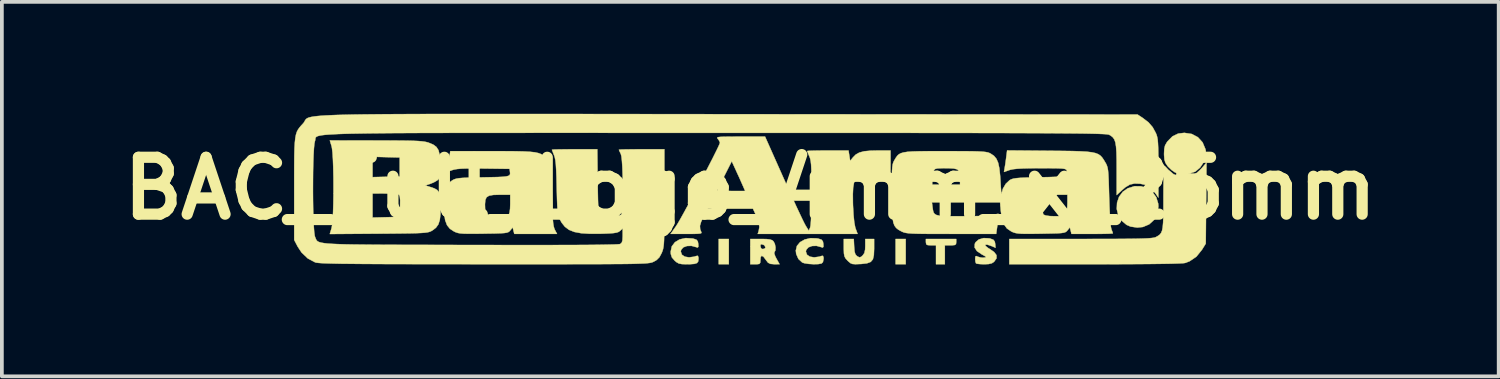
<source format=kicad_pcb>
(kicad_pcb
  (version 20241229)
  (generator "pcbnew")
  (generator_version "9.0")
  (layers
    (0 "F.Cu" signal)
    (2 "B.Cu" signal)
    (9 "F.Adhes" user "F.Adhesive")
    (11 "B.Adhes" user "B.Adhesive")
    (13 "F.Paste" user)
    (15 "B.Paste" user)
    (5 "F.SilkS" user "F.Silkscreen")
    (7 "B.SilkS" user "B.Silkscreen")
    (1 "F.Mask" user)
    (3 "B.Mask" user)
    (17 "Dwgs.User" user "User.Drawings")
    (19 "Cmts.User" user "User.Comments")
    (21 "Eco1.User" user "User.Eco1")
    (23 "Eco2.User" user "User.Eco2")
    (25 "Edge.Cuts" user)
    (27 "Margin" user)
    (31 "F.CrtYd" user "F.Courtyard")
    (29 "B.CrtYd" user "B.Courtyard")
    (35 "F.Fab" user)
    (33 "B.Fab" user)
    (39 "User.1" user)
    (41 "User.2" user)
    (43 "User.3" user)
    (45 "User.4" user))
  (footprint "BAC_Full_Logo_4mm_x_25mm"
    (layer "F.Cu")
    (at 17.062 2.001)
    (property "Reference" "BAC_Full_Logo_4mm_x_25mm" (at 0 0 0) (layer "F.SilkS") (effects (font (size 1.524 1.524) (thickness 0.3))))
    (attr through_hole)
    (fp_poly (pts (xy -0.576 2.032) (xy -0.847 2.032) (xy -0.847 1.355) (xy -0.576 1.355) (xy -0.576 2.032)) (stroke (width 0.01) (type solid)) (fill yes) (layer "F.SilkS"))
    (fp_poly (pts (xy 4.166 2.032) (xy 3.895 2.032) (xy 3.895 1.355) (xy 4.166 1.355) (xy 4.166 2.032)) (stroke (width 0.01) (type solid)) (fill yes) (layer "F.SilkS"))
    (fp_poly (pts (xy 5.52 1.439) (xy 5.514 1.492) (xy 5.483 1.516) (xy 5.409 1.524) (xy 5.368 1.524) (xy 5.215 1.524) (xy 5.215 2.032) (xy 4.978 2.032) (xy 4.978 1.524) (xy 4.843 1.524) (xy 4.756 1.519) (xy 4.717 1.498) (xy 4.708 1.447) (xy 4.707 1.439) (xy 4.707 1.355) (xy 5.52 1.355) (xy 5.52 1.439)) (stroke (width 0.01) (type solid)) (fill yes) (layer "F.SilkS"))
    (fp_poly (pts (xy 10.479 -0.057) (xy 10.642 -0.003) (xy 10.78 0.097) (xy 10.881 0.235) (xy 10.934 0.406) (xy 10.939 0.483) (xy 10.909 0.679) (xy 10.825 0.841) (xy 10.694 0.961) (xy 10.525 1.033) (xy 10.376 1.049) (xy 10.195 1.023) (xy 10.087 0.977) (xy 9.951 0.863) (xy 9.863 0.717) (xy 9.823 0.552) (xy 9.831 0.383) (xy 9.885 0.224) (xy 9.986 0.088) (xy 10.118 -0.004) (xy 10.3 -0.06) (xy 10.479 -0.057)) (stroke (width 0.01) (type solid)) (fill yes) (layer "F.SilkS"))
    (fp_poly (pts (xy 11.833 -1.46) (xy 11.998 -1.373) (xy 12.123 -1.236) (xy 12.2 -1.054) (xy 12.21 -1.007) (xy 12.207 -0.856) (xy 12.152 -0.7) (xy 12.058 -0.56) (xy 11.935 -0.456) (xy 11.909 -0.443) (xy 11.721 -0.384) (xy 11.532 -0.383) (xy 11.385 -0.429) (xy 11.291 -0.494) (xy 11.199 -0.583) (xy 11.182 -0.604) (xy 11.128 -0.687) (xy 11.101 -0.773) (xy 11.092 -0.891) (xy 11.091 -0.931) (xy 11.097 -1.061) (xy 11.118 -1.152) (xy 11.164 -1.234) (xy 11.186 -1.264) (xy 11.318 -1.397) (xy 11.469 -1.47) (xy 11.635 -1.49) (xy 11.833 -1.46)) (stroke (width 0.01) (type solid)) (fill yes) (layer "F.SilkS"))
    (fp_poly (pts (xy 2.784 1.562) (xy 2.794 1.686) (xy 2.815 1.762) (xy 2.853 1.808) (xy 2.868 1.819) (xy 2.926 1.848) (xy 2.973 1.832) (xy 3.012 1.797) (xy 3.057 1.733) (xy 3.078 1.641) (xy 3.082 1.541) (xy 3.082 1.355) (xy 3.319 1.355) (xy 3.319 1.62) (xy 3.312 1.788) (xy 3.286 1.9) (xy 3.228 1.969) (xy 3.127 2.007) (xy 2.974 2.025) (xy 2.945 2.026) (xy 2.819 2.031) (xy 2.739 2.025) (xy 2.683 2.002) (xy 2.628 1.955) (xy 2.609 1.937) (xy 2.554 1.877) (xy 2.524 1.819) (xy 2.51 1.741) (xy 2.506 1.62) (xy 2.506 1.594) (xy 2.506 1.355) (xy 2.774 1.355) (xy 2.784 1.562)) (stroke (width 0.01) (type solid)) (fill yes) (layer "F.SilkS"))
    (fp_poly (pts (xy 1.786 1.339) (xy 1.829 1.347) (xy 1.911 1.375) (xy 1.947 1.422) (xy 1.958 1.487) (xy 1.961 1.562) (xy 1.943 1.585) (xy 1.907 1.575) (xy 1.776 1.539) (xy 1.654 1.543) (xy 1.556 1.58) (xy 1.499 1.647) (xy 1.49 1.693) (xy 1.519 1.776) (xy 1.597 1.829) (xy 1.711 1.848) (xy 1.846 1.83) (xy 1.905 1.811) (xy 1.947 1.806) (xy 1.963 1.849) (xy 1.964 1.889) (xy 1.947 1.975) (xy 1.911 2.011) (xy 1.823 2.028) (xy 1.699 2.031) (xy 1.566 2.023) (xy 1.451 2.005) (xy 1.392 1.985) (xy 1.289 1.89) (xy 1.23 1.755) (xy 1.22 1.665) (xy 1.25 1.541) (xy 1.333 1.441) (xy 1.458 1.369) (xy 1.613 1.333) (xy 1.786 1.339)) (stroke (width 0.01) (type solid)) (fill yes) (layer "F.SilkS"))
    (fp_poly (pts (xy -1.549 1.342) (xy -1.524 1.347) (xy -1.442 1.375) (xy -1.406 1.422) (xy -1.395 1.487) (xy -1.392 1.562) (xy -1.41 1.585) (xy -1.445 1.575) (xy -1.577 1.539) (xy -1.699 1.543) (xy -1.797 1.58) (xy -1.854 1.647) (xy -1.863 1.693) (xy -1.834 1.776) (xy -1.756 1.829) (xy -1.642 1.848) (xy -1.507 1.83) (xy -1.448 1.811) (xy -1.406 1.806) (xy -1.39 1.849) (xy -1.389 1.889) (xy -1.396 1.956) (xy -1.428 1.999) (xy -1.497 2.022) (xy -1.613 2.031) (xy -1.709 2.032) (xy -1.834 2.028) (xy -1.916 2.012) (xy -1.981 1.975) (xy -2.028 1.934) (xy -2.101 1.85) (xy -2.13 1.76) (xy -2.134 1.694) (xy -2.104 1.553) (xy -2.02 1.442) (xy -1.893 1.366) (xy -1.733 1.331) (xy -1.549 1.342)) (stroke (width 0.01) (type solid)) (fill yes) (layer "F.SilkS"))
    (fp_poly (pts (xy 0.43 1.357) (xy 0.526 1.368) (xy 0.586 1.388) (xy 0.621 1.417) (xy 0.658 1.487) (xy 0.676 1.578) (xy 0.672 1.662) (xy 0.646 1.709) (xy 0.643 1.746) (xy 0.67 1.822) (xy 0.7 1.88) (xy 0.785 2.032) (xy 0.638 2.031) (xy 0.538 2.022) (xy 0.475 1.99) (xy 0.423 1.923) (xy 0.355 1.832) (xy 0.306 1.804) (xy 0.278 1.84) (xy 0.271 1.911) (xy 0.267 1.988) (xy 0.242 2.023) (xy 0.177 2.032) (xy 0.135 2.032) (xy 0 2.032) (xy 0 1.558) (xy 0.271 1.558) (xy 0.295 1.614) (xy 0.339 1.626) (xy 0.394 1.606) (xy 0.406 1.578) (xy 0.379 1.527) (xy 0.353 1.511) (xy 0.293 1.493) (xy 0.273 1.515) (xy 0.271 1.558) (xy 0 1.558) (xy 0 1.355) (xy 0.283 1.355) (xy 0.43 1.357)) (stroke (width 0.01) (type solid)) (fill yes) (layer "F.SilkS"))
    (fp_poly (pts (xy 6.405 1.338) (xy 6.437 1.346) (xy 6.518 1.377) (xy 6.554 1.428) (xy 6.564 1.483) (xy 6.574 1.59) (xy 6.452 1.539) (xy 6.35 1.506) (xy 6.3 1.51) (xy 6.307 1.542) (xy 6.375 1.597) (xy 6.406 1.615) (xy 6.535 1.704) (xy 6.599 1.788) (xy 6.6 1.873) (xy 6.538 1.962) (xy 6.536 1.964) (xy 6.475 2.006) (xy 6.387 2.027) (xy 6.271 2.032) (xy 6.161 2.028) (xy 6.08 2.019) (xy 6.051 2.009) (xy 6.034 1.962) (xy 6.028 1.89) (xy 6.034 1.824) (xy 6.06 1.812) (xy 6.098 1.83) (xy 6.185 1.854) (xy 6.259 1.856) (xy 6.309 1.847) (xy 6.315 1.833) (xy 6.27 1.803) (xy 6.205 1.768) (xy 6.075 1.679) (xy 6.013 1.584) (xy 6.018 1.486) (xy 6.04 1.442) (xy 6.127 1.367) (xy 6.255 1.331) (xy 6.405 1.338)) (stroke (width 0.01) (type solid)) (fill yes) (layer "F.SilkS"))
    (fp_poly (pts (xy 12.219 0.392) (xy 12.209 1.479) (xy 12.106 1.645) (xy 11.958 1.828) (xy 11.776 1.952) (xy 11.654 1.998) (xy 11.594 2.005) (xy 11.469 2.011) (xy 11.282 2.017) (xy 11.036 2.021) (xy 10.734 2.025) (xy 10.379 2.028) (xy 9.974 2.03) (xy 9.521 2.032) (xy 9.237 2.032) (xy 6.943 2.032) (xy 6.943 1.355) (xy 8.858 1.355) (xy 9.275 1.354) (xy 9.63 1.354) (xy 9.927 1.352) (xy 10.173 1.35) (xy 10.371 1.347) (xy 10.529 1.343) (xy 10.649 1.338) (xy 10.739 1.331) (xy 10.803 1.323) (xy 10.846 1.314) (xy 10.871 1.304) (xy 10.93 1.271) (xy 10.977 1.237) (xy 11.012 1.192) (xy 11.038 1.129) (xy 11.055 1.04) (xy 11.066 0.916) (xy 11.072 0.749) (xy 11.074 0.531) (xy 11.074 0.253) (xy 11.074 0.246) (xy 11.075 0.014) (xy 11.077 -0.195) (xy 11.08 -0.371) (xy 11.084 -0.504) (xy 11.089 -0.587) (xy 11.094 -0.61) (xy 11.125 -0.586) (xy 11.181 -0.527) (xy 11.202 -0.503) (xy 11.345 -0.383) (xy 11.517 -0.318) (xy 11.704 -0.309) (xy 11.865 -0.351) (xy 11.951 -0.404) (xy 12.048 -0.488) (xy 12.103 -0.546) (xy 12.229 -0.694) (xy 12.219 0.392)) (stroke (width 0.01) (type solid)) (fill yes) (layer "F.SilkS"))
    (fp_poly (pts (xy -10.03 -1.285) (xy -9.699 -1.285) (xy -9.429 -1.283) (xy -9.211 -1.281) (xy -9.04 -1.277) (xy -8.907 -1.271) (xy -8.806 -1.263) (xy -8.729 -1.253) (xy -8.668 -1.24) (xy -8.622 -1.226) (xy -8.499 -1.175) (xy -8.413 -1.111) (xy -8.358 -1.024) (xy -8.327 -0.9) (xy -8.315 -0.727) (xy -8.314 -0.625) (xy -8.315 -0.466) (xy -8.32 -0.36) (xy -8.331 -0.294) (xy -8.352 -0.252) (xy -8.385 -0.221) (xy -8.397 -0.212) (xy -8.49 -0.159) (xy -8.596 -0.117) (xy -8.712 -0.081) (xy -8.581 -0.04) (xy -8.471 -0.002) (xy -8.396 0.039) (xy -8.349 0.098) (xy -8.322 0.186) (xy -8.31 0.318) (xy -8.304 0.467) (xy -8.305 0.683) (xy -8.323 0.844) (xy -8.362 0.964) (xy -8.427 1.054) (xy -8.522 1.126) (xy -8.534 1.133) (xy -8.567 1.151) (xy -8.605 1.165) (xy -8.654 1.177) (xy -8.721 1.186) (xy -8.812 1.193) (xy -8.936 1.199) (xy -9.099 1.203) (xy -9.307 1.206) (xy -9.568 1.209) (xy -9.888 1.212) (xy -9.962 1.212) (xy -11.272 1.222) (xy -11.224 1.063) (xy -11.208 0.972) (xy -11.195 0.825) (xy -11.192 0.781) (xy -10.126 0.781) (xy -9.762 0.772) (xy -9.398 0.762) (xy -9.388 0.477) (xy -9.386 0.319) (xy -9.395 0.22) (xy -9.415 0.17) (xy -9.422 0.164) (xy -9.473 0.152) (xy -9.575 0.143) (xy -9.71 0.137) (xy -9.796 0.136) (xy -10.126 0.135) (xy -10.126 0.781) (xy -11.192 0.781) (xy -11.184 0.634) (xy -11.177 0.411) (xy -11.173 0.166) (xy -11.173 -0.087) (xy -11.174 -0.303) (xy -10.126 -0.303) (xy -9.762 -0.312) (xy -9.398 -0.322) (xy -9.398 -0.83) (xy -9.762 -0.839) (xy -10.126 -0.849) (xy -10.126 -0.303) (xy -11.174 -0.303) (xy -11.175 -0.338) (xy -11.18 -0.575) (xy -11.188 -0.786) (xy -11.199 -0.96) (xy -11.214 -1.084) (xy -11.223 -1.129) (xy -11.271 -1.287) (xy -10.03 -1.285)) (stroke (width 0.01) (type solid)) (fill yes) (layer "F.SilkS"))
    (fp_poly (pts (xy -6.573 -0.999) (xy -6.301 -0.997) (xy -6.083 -0.992) (xy -5.911 -0.983) (xy -5.778 -0.969) (xy -5.678 -0.947) (xy -5.602 -0.918) (xy -5.545 -0.878) (xy -5.498 -0.827) (xy -5.456 -0.764) (xy -5.424 -0.711) (xy -5.395 -0.661) (xy -5.373 -0.612) (xy -5.357 -0.557) (xy -5.344 -0.484) (xy -5.335 -0.384) (xy -5.329 -0.248) (xy -5.323 -0.065) (xy -5.317 0.174) (xy -5.316 0.22) (xy -5.309 0.48) (xy -5.302 0.681) (xy -5.293 0.832) (xy -5.283 0.943) (xy -5.269 1.022) (xy -5.252 1.079) (xy -5.239 1.109) (xy -5.18 1.219) (xy -6.326 1.219) (xy -6.348 1.132) (xy -6.369 1.045) (xy -6.433 1.124) (xy -6.457 1.151) (xy -6.486 1.171) (xy -6.53 1.186) (xy -6.599 1.196) (xy -6.702 1.202) (xy -6.849 1.207) (xy -7.05 1.21) (xy -7.151 1.212) (xy -7.381 1.215) (xy -7.553 1.215) (xy -7.68 1.212) (xy -7.772 1.205) (xy -7.84 1.193) (xy -7.895 1.175) (xy -7.946 1.151) (xy -8.053 1.08) (xy -8.129 0.985) (xy -8.179 0.854) (xy -8.205 0.679) (xy -8.213 0.457) (xy -8.212 0.445) (xy -7.112 0.445) (xy -7.107 0.582) (xy -7.083 0.67) (xy -7.028 0.719) (xy -6.929 0.74) (xy -6.779 0.745) (xy -6.631 0.74) (xy -6.524 0.725) (xy -6.475 0.704) (xy -6.453 0.648) (xy -6.439 0.54) (xy -6.435 0.417) (xy -6.435 0.169) (xy -6.72 0.169) (xy -6.889 0.174) (xy -7.001 0.194) (xy -7.069 0.236) (xy -7.102 0.308) (xy -7.112 0.419) (xy -7.112 0.445) (xy -8.212 0.445) (xy -8.203 0.225) (xy -8.174 0.048) (xy -8.12 -0.084) (xy -8.038 -0.18) (xy -7.983 -0.22) (xy -7.938 -0.243) (xy -7.884 -0.261) (xy -7.81 -0.274) (xy -7.707 -0.283) (xy -7.563 -0.289) (xy -7.367 -0.294) (xy -7.231 -0.296) (xy -6.977 -0.301) (xy -6.784 -0.305) (xy -6.642 -0.312) (xy -6.545 -0.322) (xy -6.484 -0.337) (xy -6.452 -0.358) (xy -6.439 -0.386) (xy -6.44 -0.423) (xy -6.441 -0.433) (xy -6.452 -0.525) (xy -7.145 -0.534) (xy -7.401 -0.536) (xy -7.599 -0.535) (xy -7.75 -0.53) (xy -7.861 -0.52) (xy -7.943 -0.505) (xy -7.984 -0.493) (xy -8.13 -0.444) (xy -8.11 -0.552) (xy -8.093 -0.653) (xy -8.074 -0.779) (xy -8.066 -0.83) (xy -8.042 -0.999) (xy -6.906 -0.999) (xy -6.573 -0.999)) (stroke (width 0.01) (type solid)) (fill yes) (layer "F.SilkS"))
    (fp_poly (pts (xy 0.898 -0.262) (xy 1.016 0.002) (xy 1.129 0.251) (xy 1.233 0.479) (xy 1.325 0.675) (xy 1.4 0.833) (xy 1.455 0.944) (xy 1.484 0.998) (xy 1.568 1.132) (xy 1.604 1.049) (xy 1.616 0.986) (xy 1.626 0.861) (xy 1.634 0.679) (xy 1.639 0.447) (xy 1.641 0.169) (xy 1.642 0.119) (xy 1.641 -0.15) (xy 1.64 -0.36) (xy 1.636 -0.52) (xy 1.63 -0.639) (xy 1.62 -0.727) (xy 1.607 -0.792) (xy 1.59 -0.844) (xy 1.583 -0.859) (xy 1.547 -0.943) (xy 1.526 -0.996) (xy 1.524 -1.003) (xy 1.556 -1.007) (xy 1.645 -1.011) (xy 1.778 -1.014) (xy 1.946 -1.016) (xy 2.078 -1.016) (xy 2.633 -1.016) (xy 2.655 -0.877) (xy 2.677 -0.738) (xy 2.75 -0.83) (xy 2.827 -0.908) (xy 2.924 -0.962) (xy 3.053 -0.996) (xy 3.227 -1.012) (xy 3.403 -1.016) (xy 3.759 -1.016) (xy 3.759 -0.64) (xy 3.758 -0.476) (xy 3.755 -0.37) (xy 3.746 -0.309) (xy 3.732 -0.285) (xy 3.708 -0.285) (xy 3.7 -0.288) (xy 3.511 -0.343) (xy 3.299 -0.368) (xy 3.094 -0.36) (xy 2.947 -0.328) (xy 2.872 -0.292) (xy 2.817 -0.234) (xy 2.779 -0.147) (xy 2.757 -0.022) (xy 2.749 0.151) (xy 2.751 0.379) (xy 2.753 0.457) (xy 2.767 0.708) (xy 2.787 0.906) (xy 2.813 1.044) (xy 2.823 1.075) (xy 2.876 1.219) (xy 0.199 1.219) (xy 0.224 1.143) (xy 0.243 1.034) (xy 0.226 0.913) (xy 0.171 0.761) (xy 0.154 0.723) (xy 0.071 0.542) (xy -0.532 0.542) (xy -1.135 0.543) (xy -1.245 0.743) (xy -1.317 0.891) (xy -1.35 1.002) (xy -1.344 1.093) (xy -1.32 1.154) (xy -1.308 1.181) (xy -1.315 1.199) (xy -1.35 1.21) (xy -1.424 1.216) (xy -1.546 1.219) (xy -1.711 1.219) (xy -2.137 1.219) (xy -1.988 1.008) (xy -1.942 0.935) (xy -1.873 0.816) (xy -1.785 0.658) (xy -1.683 0.471) (xy -1.57 0.262) (xy -1.457 0.05) (xy -0.881 0.05) (xy -0.849 0.057) (xy -0.763 0.063) (xy -0.637 0.067) (xy -0.509 0.068) (xy -0.138 0.068) (xy -0.201 -0.076) (xy -0.246 -0.178) (xy -0.307 -0.315) (xy -0.373 -0.457) (xy -0.38 -0.474) (xy -0.497 -0.728) (xy -0.689 -0.348) (xy -0.762 -0.202) (xy -0.822 -0.079) (xy -0.863 0.008) (xy -0.88 0.049) (xy -0.881 0.05) (xy -1.457 0.05) (xy -1.451 0.039) (xy -1.33 -0.189) (xy -1.213 -0.413) (xy -1.103 -0.627) (xy -1.004 -0.82) (xy -0.922 -0.985) (xy -0.859 -1.114) (xy -0.822 -1.197) (xy -0.813 -1.226) (xy -0.834 -1.279) (xy -0.869 -1.327) (xy -0.885 -1.348) (xy -0.886 -1.364) (xy -0.861 -1.375) (xy -0.805 -1.382) (xy -0.708 -1.386) (xy -0.563 -1.388) (xy -0.361 -1.389) (xy -0.265 -1.389) (xy 0.396 -1.389) (xy 0.898 -0.262)) (stroke (width 0.01) (type solid)) (fill yes) (layer "F.SilkS"))
    (fp_poly (pts (xy 8.023 -1.009) (xy 8.356 -1.006) (xy 8.628 -1.002) (xy 8.848 -0.995) (xy 9.02 -0.985) (xy 9.153 -0.969) (xy 9.254 -0.947) (xy 9.33 -0.917) (xy 9.387 -0.878) (xy 9.434 -0.827) (xy 9.476 -0.765) (xy 9.507 -0.713) (xy 9.537 -0.662) (xy 9.559 -0.613) (xy 9.576 -0.558) (xy 9.589 -0.485) (xy 9.598 -0.386) (xy 9.605 -0.25) (xy 9.611 -0.068) (xy 9.618 0.171) (xy 9.619 0.22) (xy 9.628 0.487) (xy 9.639 0.715) (xy 9.652 0.897) (xy 9.665 1.026) (xy 9.68 1.094) (xy 9.68 1.094) (xy 9.708 1.166) (xy 9.72 1.204) (xy 9.72 1.204) (xy 9.688 1.209) (xy 9.599 1.214) (xy 9.465 1.217) (xy 9.297 1.219) (xy 9.165 1.219) (xy 8.609 1.219) (xy 8.588 1.132) (xy 8.566 1.045) (xy 8.502 1.124) (xy 8.478 1.151) (xy 8.448 1.171) (xy 8.404 1.186) (xy 8.335 1.196) (xy 8.231 1.203) (xy 8.082 1.207) (xy 7.879 1.211) (xy 7.79 1.213) (xy 7.562 1.216) (xy 7.391 1.217) (xy 7.264 1.214) (xy 7.172 1.206) (xy 7.104 1.194) (xy 7.047 1.176) (xy 6.998 1.154) (xy 6.879 1.073) (xy 6.796 0.958) (xy 6.742 0.798) (xy 6.715 0.603) (xy 6.704 0.47) (xy 7.823 0.47) (xy 7.83 0.583) (xy 7.847 0.671) (xy 7.864 0.704) (xy 7.921 0.726) (xy 8.032 0.741) (xy 8.167 0.745) (xy 8.304 0.743) (xy 8.389 0.734) (xy 8.437 0.714) (xy 8.465 0.681) (xy 8.465 0.68) (xy 8.484 0.612) (xy 8.496 0.503) (xy 8.501 0.392) (xy 8.501 0.169) (xy 8.215 0.169) (xy 8.047 0.174) (xy 7.935 0.193) (xy 7.868 0.235) (xy 7.834 0.309) (xy 7.824 0.424) (xy 7.823 0.47) (xy 6.704 0.47) (xy 6.696 0.373) (xy 4.868 0.373) (xy 4.886 0.509) (xy 4.897 0.584) (xy 4.912 0.641) (xy 4.941 0.683) (xy 4.99 0.712) (xy 5.07 0.73) (xy 5.188 0.74) (xy 5.352 0.744) (xy 5.571 0.745) (xy 5.706 0.745) (xy 5.968 0.743) (xy 6.19 0.738) (xy 6.365 0.729) (xy 6.484 0.717) (xy 6.533 0.707) (xy 6.609 0.685) (xy 6.652 0.681) (xy 6.654 0.682) (xy 6.655 0.719) (xy 6.648 0.806) (xy 6.633 0.925) (xy 6.628 0.957) (xy 6.591 1.219) (xy 5.387 1.219) (xy 5.068 1.218) (xy 4.81 1.218) (xy 4.606 1.216) (xy 4.446 1.213) (xy 4.326 1.208) (xy 4.236 1.201) (xy 4.17 1.192) (xy 4.12 1.18) (xy 4.078 1.164) (xy 4.043 1.147) (xy 3.968 1.105) (xy 3.91 1.058) (xy 3.866 0.999) (xy 3.835 0.918) (xy 3.814 0.806) (xy 3.801 0.656) (xy 3.795 0.459) (xy 3.793 0.205) (xy 3.793 0.102) (xy 3.793 -0.143) (xy 3.794 -0.235) (xy 4.877 -0.235) (xy 4.877 -0.102) (xy 5.622 -0.102) (xy 5.622 -0.256) (xy 5.617 -0.381) (xy 5.596 -0.463) (xy 5.546 -0.511) (xy 5.456 -0.534) (xy 5.315 -0.542) (xy 5.247 -0.542) (xy 5.103 -0.541) (xy 5.011 -0.536) (xy 4.958 -0.522) (xy 4.929 -0.497) (xy 4.91 -0.457) (xy 4.91 -0.455) (xy 4.888 -0.362) (xy 4.877 -0.249) (xy 4.877 -0.235) (xy 3.794 -0.235) (xy 3.795 -0.33) (xy 3.799 -0.469) (xy 3.806 -0.569) (xy 3.816 -0.641) (xy 3.832 -0.695) (xy 3.852 -0.739) (xy 3.863 -0.757) (xy 3.901 -0.821) (xy 3.937 -0.872) (xy 3.979 -0.912) (xy 4.034 -0.943) (xy 4.109 -0.965) (xy 4.211 -0.981) (xy 4.349 -0.991) (xy 4.528 -0.996) (xy 4.757 -0.999) (xy 5.042 -0.999) (xy 5.218 -0.999) (xy 5.523 -0.999) (xy 5.767 -0.998) (xy 5.96 -0.996) (xy 6.107 -0.992) (xy 6.217 -0.986) (xy 6.298 -0.978) (xy 6.356 -0.968) (xy 6.401 -0.954) (xy 6.438 -0.936) (xy 6.442 -0.934) (xy 6.531 -0.874) (xy 6.597 -0.795) (xy 6.644 -0.687) (xy 6.676 -0.539) (xy 6.697 -0.34) (xy 6.706 -0.203) (xy 6.715 -0.051) (xy 6.723 0.065) (xy 6.729 0.135) (xy 6.733 0.149) (xy 6.734 0.145) (xy 6.771 0.007) (xy 6.849 -0.125) (xy 6.951 -0.221) (xy 6.955 -0.224) (xy 6.999 -0.246) (xy 7.053 -0.263) (xy 7.129 -0.275) (xy 7.234 -0.284) (xy 7.381 -0.291) (xy 7.579 -0.296) (xy 7.745 -0.299) (xy 7.996 -0.304) (xy 8.187 -0.311) (xy 8.324 -0.321) (xy 8.416 -0.338) (xy 8.47 -0.361) (xy 8.494 -0.393) (xy 8.494 -0.436) (xy 8.484 -0.473) (xy 8.474 -0.496) (xy 8.454 -0.513) (xy 8.417 -0.526) (xy 8.351 -0.534) (xy 8.25 -0.539) (xy 8.103 -0.541) (xy 7.903 -0.542) (xy 7.774 -0.542) (xy 7.514 -0.541) (xy 7.312 -0.536) (xy 7.16 -0.528) (xy 7.048 -0.516) (xy 6.967 -0.499) (xy 6.943 -0.491) (xy 6.8 -0.441) (xy 6.819 -0.551) (xy 6.835 -0.65) (xy 6.853 -0.778) (xy 6.861 -0.84) (xy 6.884 -1.019) (xy 8.023 -1.009)) (stroke (width 0.01) (type solid)) (fill yes) (layer "F.SilkS"))
    (fp_poly (pts (xy -6.243 -1.996) (xy -5.545 -1.995) (xy -4.791 -1.995) (xy -3.98 -1.994) (xy -3.108 -1.993) (xy -2.174 -1.992) (xy -1.176 -1.991) (xy -0.593 -1.99) (xy 10.38 -1.981) (xy 10.516 -1.892) (xy 10.673 -1.772) (xy 10.786 -1.641) (xy 10.868 -1.49) (xy 10.891 -1.436) (xy 10.907 -1.379) (xy 10.92 -1.308) (xy 10.928 -1.213) (xy 10.934 -1.086) (xy 10.937 -0.916) (xy 10.938 -0.693) (xy 10.938 -0.545) (xy 10.939 0.247) (xy 10.863 0.135) (xy 10.735 -0.011) (xy 10.585 -0.097) (xy 10.454 -0.126) (xy 10.298 -0.132) (xy 10.174 -0.104) (xy 10.056 -0.033) (xy 9.972 0.039) (xy 9.821 0.178) (xy 9.821 -0.505) (xy 9.82 -0.767) (xy 9.815 -0.969) (xy 9.804 -1.122) (xy 9.786 -1.234) (xy 9.758 -1.313) (xy 9.718 -1.37) (xy 9.665 -1.413) (xy 9.619 -1.439) (xy 9.604 -1.444) (xy 9.578 -1.448) (xy 9.538 -1.453) (xy 9.483 -1.457) (xy 9.409 -1.46) (xy 9.316 -1.464) (xy 9.2 -1.467) (xy 9.059 -1.47) (xy 8.892 -1.473) (xy 8.696 -1.475) (xy 8.469 -1.477) (xy 8.209 -1.479) (xy 7.913 -1.481) (xy 7.58 -1.482) (xy 7.207 -1.484) (xy 6.792 -1.485) (xy 6.333 -1.486) (xy 5.827 -1.487) (xy 5.273 -1.488) (xy 4.669 -1.488) (xy 4.011 -1.489) (xy 3.298 -1.489) (xy 2.528 -1.49) (xy 1.699 -1.49) (xy 0.808 -1.49) (xy -0.147 -1.49) (xy -0.948 -1.49) (xy -1.957 -1.49) (xy -2.901 -1.49) (xy -3.781 -1.49) (xy -4.6 -1.491) (xy -5.36 -1.491) (xy -6.064 -1.49) (xy -6.713 -1.49) (xy -7.309 -1.49) (xy -7.856 -1.489) (xy -8.354 -1.488) (xy -8.807 -1.487) (xy -9.217 -1.485) (xy -9.585 -1.483) (xy -9.914 -1.48) (xy -10.206 -1.477) (xy -10.463 -1.473) (xy -10.688 -1.469) (xy -10.883 -1.464) (xy -11.049 -1.458) (xy -11.19 -1.451) (xy -11.307 -1.444) (xy -11.403 -1.436) (xy -11.479 -1.427) (xy -11.538 -1.417) (xy -11.582 -1.406) (xy -11.614 -1.394) (xy -11.635 -1.381) (xy -11.648 -1.367) (xy -11.655 -1.351) (xy -11.658 -1.335) (xy -11.66 -1.317) (xy -11.662 -1.298) (xy -11.667 -1.278) (xy -11.67 -1.269) (xy -11.685 -1.199) (xy -11.697 -1.071) (xy -11.707 -0.897) (xy -11.715 -0.685) (xy -11.72 -0.445) (xy -11.722 -0.189) (xy -11.723 0.076) (xy -11.721 0.338) (xy -11.717 0.588) (xy -11.71 0.816) (xy -11.701 1.011) (xy -11.69 1.165) (xy -11.676 1.267) (xy -11.667 1.299) (xy -11.654 1.33) (xy -11.643 1.358) (xy -11.63 1.383) (xy -11.613 1.405) (xy -11.587 1.424) (xy -11.548 1.441) (xy -11.494 1.455) (xy -11.42 1.467) (xy -11.323 1.478) (xy -11.199 1.486) (xy -11.045 1.493) (xy -10.857 1.499) (xy -10.631 1.503) (xy -10.364 1.506) (xy -10.052 1.509) (xy -9.691 1.511) (xy -9.278 1.512) (xy -8.81 1.513) (xy -8.282 1.514) (xy -7.691 1.516) (xy -7.509 1.516) (xy -6.825 1.517) (xy -6.209 1.518) (xy -5.658 1.518) (xy -5.172 1.517) (xy -4.749 1.516) (xy -4.389 1.514) (xy -4.091 1.511) (xy -3.854 1.507) (xy -3.676 1.503) (xy -3.557 1.498) (xy -3.495 1.492) (xy -3.487 1.489) (xy -3.447 1.455) (xy -3.427 1.393) (xy -3.421 1.286) (xy -3.421 1.264) (xy -3.421 1.073) (xy -3.492 1.138) (xy -3.53 1.165) (xy -3.584 1.184) (xy -3.666 1.197) (xy -3.788 1.206) (xy -3.962 1.213) (xy -4.015 1.214) (xy -4.304 1.215) (xy -4.535 1.2) (xy -4.717 1.166) (xy -4.859 1.11) (xy -4.969 1.028) (xy -5.056 0.919) (xy -5.096 0.847) (xy -5.122 0.791) (xy -5.142 0.734) (xy -5.156 0.665) (xy -5.167 0.573) (xy -5.175 0.447) (xy -5.181 0.279) (xy -5.187 0.056) (xy -5.189 -0.034) (xy -5.195 -0.292) (xy -5.203 -0.492) (xy -5.212 -0.643) (xy -5.225 -0.754) (xy -5.241 -0.834) (xy -5.261 -0.893) (xy -5.295 -0.977) (xy -5.315 -1.03) (xy -5.317 -1.037) (xy -5.285 -1.041) (xy -5.196 -1.045) (xy -5.06 -1.047) (xy -4.889 -1.049) (xy -4.709 -1.05) (xy -4.101 -1.05) (xy -4.091 -0.185) (xy -4.087 0.086) (xy -4.083 0.297) (xy -4.077 0.455) (xy -4.07 0.567) (xy -4.061 0.643) (xy -4.048 0.688) (xy -4.033 0.71) (xy -4.03 0.712) (xy -3.965 0.731) (xy -3.858 0.742) (xy -3.733 0.744) (xy -3.61 0.738) (xy -3.512 0.724) (xy -3.461 0.704) (xy -3.445 0.655) (xy -3.433 0.55) (xy -3.424 0.401) (xy -3.419 0.22) (xy -3.417 0.02) (xy -3.418 -0.188) (xy -3.423 -0.392) (xy -3.43 -0.579) (xy -3.441 -0.739) (xy -3.454 -0.858) (xy -3.471 -0.925) (xy -3.472 -0.927) (xy -3.506 -0.997) (xy -3.522 -1.036) (xy -3.522 -1.037) (xy -3.49 -1.041) (xy -3.401 -1.045) (xy -3.265 -1.047) (xy -3.094 -1.049) (xy -2.913 -1.05) (xy -2.303 -1.05) (xy -2.303 0.256) (xy -2.303 0.589) (xy -2.304 0.861) (xy -2.305 1.08) (xy -2.308 1.253) (xy -2.312 1.386) (xy -2.318 1.488) (xy -2.327 1.564) (xy -2.338 1.623) (xy -2.352 1.671) (xy -2.369 1.715) (xy -2.374 1.728) (xy -2.436 1.844) (xy -2.512 1.919) (xy -2.588 1.963) (xy -2.61 1.973) (xy -2.633 1.982) (xy -2.662 1.99) (xy -2.7 1.997) (xy -2.751 2.003) (xy -2.818 2.009) (xy -2.904 2.013) (xy -3.014 2.017) (xy -3.151 2.021) (xy -3.318 2.024) (xy -3.518 2.026) (xy -3.757 2.027) (xy -4.036 2.029) (xy -4.359 2.03) (xy -4.731 2.03) (xy -5.154 2.031) (xy -5.633 2.031) (xy -6.17 2.031) (xy -6.769 2.031) (xy -7.131 2.031) (xy -7.784 2.03) (xy -8.371 2.03) (xy -8.898 2.029) (xy -9.367 2.028) (xy -9.781 2.027) (xy -10.144 2.025) (xy -10.458 2.023) (xy -10.728 2.02) (xy -10.956 2.018) (xy -11.146 2.014) (xy -11.301 2.01) (xy -11.424 2.006) (xy -11.518 2.001) (xy -11.587 1.995) (xy -11.635 1.989) (xy -11.663 1.982) (xy -11.861 1.877) (xy -12.029 1.717) (xy -12.133 1.559) (xy -12.226 1.381) (xy -12.226 0.012) (xy -12.226 -0.344) (xy -12.225 -0.64) (xy -12.223 -0.881) (xy -12.218 -1.076) (xy -12.209 -1.23) (xy -12.196 -1.35) (xy -12.178 -1.444) (xy -12.154 -1.519) (xy -12.122 -1.58) (xy -12.082 -1.635) (xy -12.034 -1.692) (xy -11.989 -1.74) (xy -11.969 -1.764) (xy -11.954 -1.787) (xy -11.943 -1.808) (xy -11.932 -1.828) (xy -11.919 -1.846) (xy -11.903 -1.863) (xy -11.881 -1.879) (xy -11.852 -1.893) (xy -11.812 -1.906) (xy -11.759 -1.918) (xy -11.693 -1.929) (xy -11.609 -1.939) (xy -11.507 -1.948) (xy -11.384 -1.956) (xy -11.238 -1.963) (xy -11.066 -1.97) (xy -10.867 -1.975) (xy -10.638 -1.98) (xy -10.378 -1.984) (xy -10.083 -1.987) (xy -9.753 -1.99) (xy -9.384 -1.992) (xy -8.974 -1.994) (xy -8.522 -1.995) (xy -8.025 -1.996) (xy -7.481 -1.996) (xy -6.888 -1.996) (xy -6.243 -1.996)) (stroke (width 0.01) (type solid)) (fill yes) (layer "F.SilkS")))
  (gr_rect
    (start -3 -3)
    (end 37.123 7.038)
    (stroke (width 0.1) (type default))
    (fill no)
    (layer "Edge.Cuts")))
</source>
